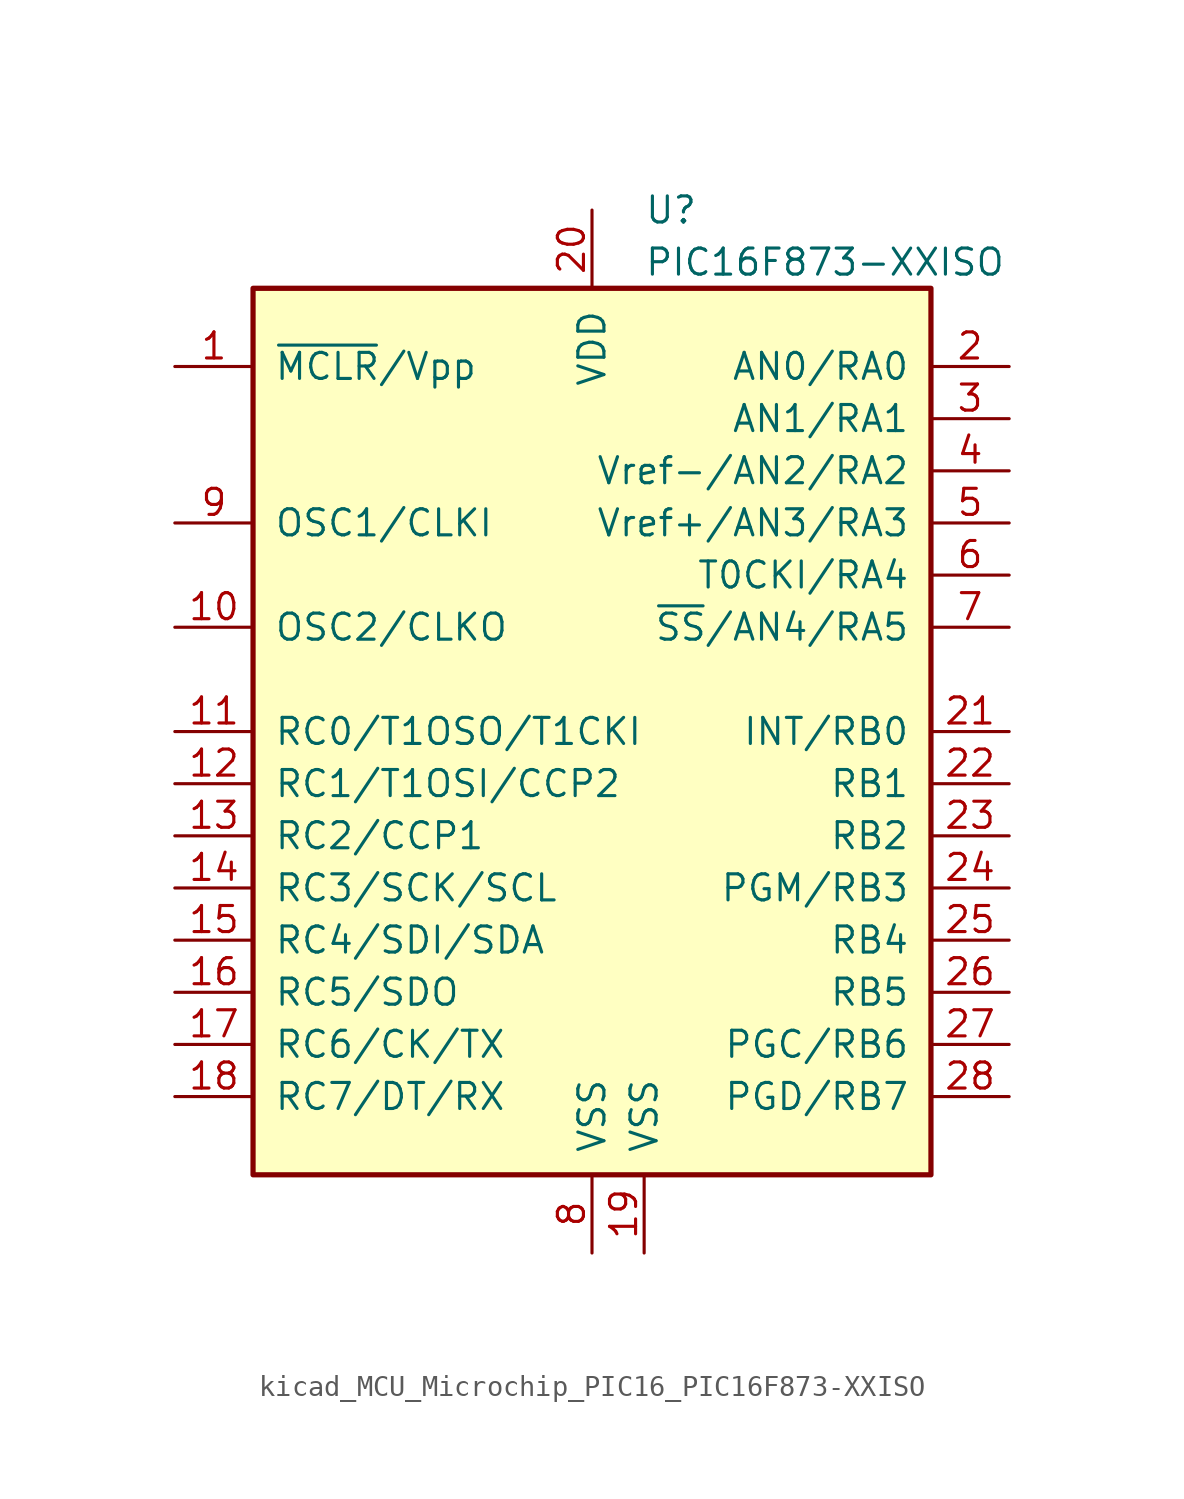
<source format=kicad_sym>
(kicad_symbol_lib
  (version 20220914)
  (generator kicad_symbol_editor)
  (symbol "kicad_MCU_Microchip_PIC16_PIC16F873-XXISO"
    (pin_names
      (offset 1.016))
    (property "Reference" "U"
      (at 2.54 25.4 0)
      (effects (font (size 1.27 1.27)) (justify left)))
    (property "Value" "PIC16F873-XXISO"
      (at 2.54 22.86 0)
      (effects (font (size 1.27 1.27)) (justify left)))
    (symbol "kicad_MCU_Microchip_PIC16_PIC16F873-XXISO_0_1"
      (rectangle (start -16.51 21.59) (end 16.51 -21.59) (stroke (width 0.254) (type default)) (fill (type background))))
    (symbol "kicad_MCU_Microchip_PIC16_PIC16F873-XXISO_1_1"
      (pin input line (at -20.32 17.78 0) (length 3.81) (name "~{MCLR}/Vpp" (effects (font (size 1.27 1.27)))) (number "1" (effects (font (size 1.27 1.27)))))
      (pin output line (at -20.32 5.08 0) (length 3.81) (name "OSC2/CLKO" (effects (font (size 1.27 1.27)))) (number "10" (effects (font (size 1.27 1.27)))))
      (pin bidirectional line (at -20.32 0 0) (length 3.81) (name "RC0/T1OSO/T1CKI" (effects (font (size 1.27 1.27)))) (number "11" (effects (font (size 1.27 1.27)))))
      (pin bidirectional line (at -20.32 -2.54 0) (length 3.81) (name "RC1/T1OSI/CCP2" (effects (font (size 1.27 1.27)))) (number "12" (effects (font (size 1.27 1.27)))))
      (pin bidirectional line (at -20.32 -5.08 0) (length 3.81) (name "RC2/CCP1" (effects (font (size 1.27 1.27)))) (number "13" (effects (font (size 1.27 1.27)))))
      (pin bidirectional line (at -20.32 -7.62 0) (length 3.81) (name "RC3/SCK/SCL" (effects (font (size 1.27 1.27)))) (number "14" (effects (font (size 1.27 1.27)))))
      (pin bidirectional line (at -20.32 -10.16 0) (length 3.81) (name "RC4/SDI/SDA" (effects (font (size 1.27 1.27)))) (number "15" (effects (font (size 1.27 1.27)))))
      (pin bidirectional line (at -20.32 -12.7 0) (length 3.81) (name "RC5/SDO" (effects (font (size 1.27 1.27)))) (number "16" (effects (font (size 1.27 1.27)))))
      (pin bidirectional line (at -20.32 -15.24 0) (length 3.81) (name "RC6/CK/TX" (effects (font (size 1.27 1.27)))) (number "17" (effects (font (size 1.27 1.27)))))
      (pin bidirectional line (at -20.32 -17.78 0) (length 3.81) (name "RC7/DT/RX" (effects (font (size 1.27 1.27)))) (number "18" (effects (font (size 1.27 1.27)))))
      (pin power_in line (at 2.54 -25.4 90) (length 3.81) (name "VSS" (effects (font (size 1.27 1.27)))) (number "19" (effects (font (size 1.27 1.27)))))
      (pin bidirectional line (at 20.32 17.78 180) (length 3.81) (name "AN0/RA0" (effects (font (size 1.27 1.27)))) (number "2" (effects (font (size 1.27 1.27)))))
      (pin power_in line (at 0 25.4 270) (length 3.81) (name "VDD" (effects (font (size 1.27 1.27)))) (number "20" (effects (font (size 1.27 1.27)))))
      (pin bidirectional line (at 20.32 0 180) (length 3.81) (name "INT/RB0" (effects (font (size 1.27 1.27)))) (number "21" (effects (font (size 1.27 1.27)))))
      (pin bidirectional line (at 20.32 -2.54 180) (length 3.81) (name "RB1" (effects (font (size 1.27 1.27)))) (number "22" (effects (font (size 1.27 1.27)))))
      (pin bidirectional line (at 20.32 -5.08 180) (length 3.81) (name "RB2" (effects (font (size 1.27 1.27)))) (number "23" (effects (font (size 1.27 1.27)))))
      (pin bidirectional line (at 20.32 -7.62 180) (length 3.81) (name "PGM/RB3" (effects (font (size 1.27 1.27)))) (number "24" (effects (font (size 1.27 1.27)))))
      (pin bidirectional line (at 20.32 -10.16 180) (length 3.81) (name "RB4" (effects (font (size 1.27 1.27)))) (number "25" (effects (font (size 1.27 1.27)))))
      (pin bidirectional line (at 20.32 -12.7 180) (length 3.81) (name "RB5" (effects (font (size 1.27 1.27)))) (number "26" (effects (font (size 1.27 1.27)))))
      (pin bidirectional line (at 20.32 -15.24 180) (length 3.81) (name "PGC/RB6" (effects (font (size 1.27 1.27)))) (number "27" (effects (font (size 1.27 1.27)))))
      (pin bidirectional line (at 20.32 -17.78 180) (length 3.81) (name "PGD/RB7" (effects (font (size 1.27 1.27)))) (number "28" (effects (font (size 1.27 1.27)))))
      (pin bidirectional line (at 20.32 15.24 180) (length 3.81) (name "AN1/RA1" (effects (font (size 1.27 1.27)))) (number "3" (effects (font (size 1.27 1.27)))))
      (pin bidirectional line (at 20.32 12.7 180) (length 3.81) (name "Vref-/AN2/RA2" (effects (font (size 1.27 1.27)))) (number "4" (effects (font (size 1.27 1.27)))))
      (pin bidirectional line (at 20.32 10.16 180) (length 3.81) (name "Vref+/AN3/RA3" (effects (font (size 1.27 1.27)))) (number "5" (effects (font (size 1.27 1.27)))))
      (pin bidirectional line (at 20.32 7.62 180) (length 3.81) (name "T0CKI/RA4" (effects (font (size 1.27 1.27)))) (number "6" (effects (font (size 1.27 1.27)))))
      (pin bidirectional line (at 20.32 5.08 180) (length 3.81) (name "~{SS}/AN4/RA5" (effects (font (size 1.27 1.27)))) (number "7" (effects (font (size 1.27 1.27)))))
      (pin power_in line (at 0 -25.4 90) (length 3.81) (name "VSS" (effects (font (size 1.27 1.27)))) (number "8" (effects (font (size 1.27 1.27)))))
      (pin input line (at -20.32 10.16 0) (length 3.81) (name "OSC1/CLKI" (effects (font (size 1.27 1.27)))) (number "9" (effects (font (size 1.27 1.27))))))))
</source>
